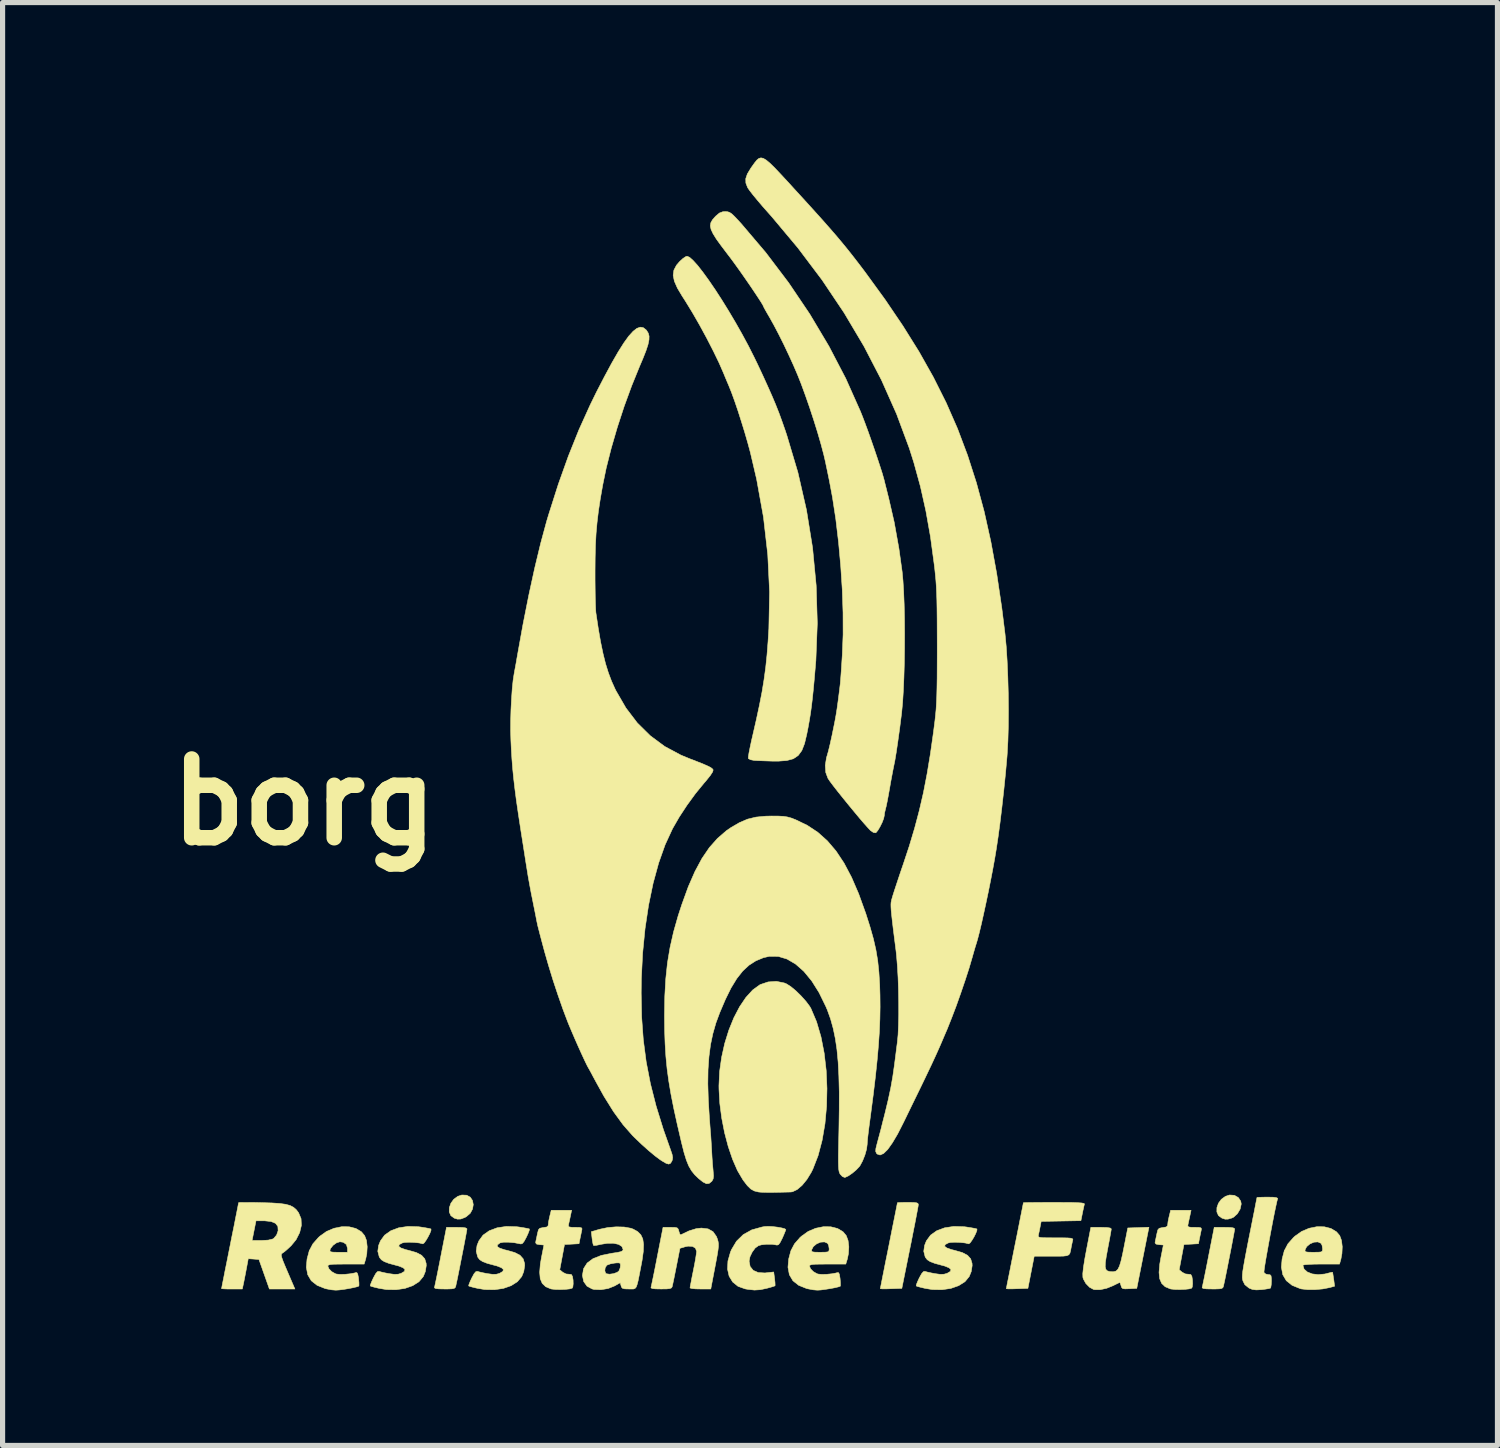
<source format=kicad_pcb>
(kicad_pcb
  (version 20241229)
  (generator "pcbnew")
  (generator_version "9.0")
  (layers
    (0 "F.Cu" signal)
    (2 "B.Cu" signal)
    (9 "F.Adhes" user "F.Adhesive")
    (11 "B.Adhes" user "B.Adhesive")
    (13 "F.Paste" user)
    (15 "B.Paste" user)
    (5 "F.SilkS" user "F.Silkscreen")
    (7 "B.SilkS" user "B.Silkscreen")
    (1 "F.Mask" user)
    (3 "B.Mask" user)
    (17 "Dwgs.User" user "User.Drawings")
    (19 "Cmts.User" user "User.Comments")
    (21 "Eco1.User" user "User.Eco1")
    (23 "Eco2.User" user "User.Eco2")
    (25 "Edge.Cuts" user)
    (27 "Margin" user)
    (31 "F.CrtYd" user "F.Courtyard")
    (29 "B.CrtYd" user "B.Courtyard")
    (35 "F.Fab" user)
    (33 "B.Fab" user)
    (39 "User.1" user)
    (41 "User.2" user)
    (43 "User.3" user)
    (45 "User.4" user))
  (footprint "borg"
    (layer "F.Cu")
    (at 11.728 12.475)
    (property "Reference" "borg" (at -8.89 0 0) (layer "F.SilkS") (effects (font (size 1.524 1.524) (thickness 0.3))))
    (attr through_hole)
    (fp_poly (pts (xy -5.745 7.608) (xy -5.676 7.646) (xy -5.633 7.71) (xy -5.618 7.79) (xy -5.632 7.875) (xy -5.675 7.956) (xy -5.751 8.022) (xy -5.781 8.039) (xy -5.86 8.069) (xy -5.923 8.071) (xy -5.986 8.052) (xy -6.052 8.003) (xy -6.083 7.932) (xy -6.081 7.848) (xy -6.051 7.763) (xy -5.996 7.687) (xy -5.918 7.63) (xy -5.839 7.604) (xy -5.745 7.608)) (stroke (width 0.01) (type solid)) (fill yes) (layer "F.SilkS"))
    (fp_poly (pts (xy 9.113 7.61) (xy 9.189 7.653) (xy 9.236 7.723) (xy 9.246 7.778) (xy 9.225 7.876) (xy 9.171 7.967) (xy 9.097 8.034) (xy 9.063 8.05) (xy 8.99 8.071) (xy 8.935 8.072) (xy 8.873 8.052) (xy 8.805 8.002) (xy 8.774 7.931) (xy 8.775 7.848) (xy 8.805 7.763) (xy 8.861 7.687) (xy 8.94 7.63) (xy 9.019 7.604) (xy 9.113 7.61)) (stroke (width 0.01) (type solid)) (fill yes) (layer "F.SilkS"))
    (fp_poly (pts (xy -5.832 8.232) (xy -5.769 8.24) (xy -5.742 8.255) (xy -5.74 8.263) (xy -5.745 8.295) (xy -5.758 8.368) (xy -5.778 8.473) (xy -5.802 8.6) (xy -5.83 8.742) (xy -5.859 8.889) (xy -5.887 9.031) (xy -5.913 9.161) (xy -5.935 9.268) (xy -5.952 9.345) (xy -5.956 9.366) (xy -5.967 9.395) (xy -5.989 9.412) (xy -6.033 9.42) (xy -6.11 9.423) (xy -6.175 9.423) (xy -6.282 9.421) (xy -6.345 9.414) (xy -6.369 9.401) (xy -6.369 9.392) (xy -6.361 9.358) (xy -6.345 9.283) (xy -6.322 9.173) (xy -6.294 9.035) (xy -6.263 8.878) (xy -6.247 8.795) (xy -6.136 8.23) (xy -5.938 8.23) (xy -5.832 8.232)) (stroke (width 0.01) (type solid)) (fill yes) (layer "F.SilkS"))
    (fp_poly (pts (xy 9.027 8.232) (xy 9.09 8.24) (xy 9.117 8.255) (xy 9.119 8.263) (xy 9.114 8.295) (xy 9.101 8.368) (xy 9.081 8.473) (xy 9.057 8.6) (xy 9.029 8.742) (xy 9 8.889) (xy 8.972 9.031) (xy 8.946 9.161) (xy 8.924 9.268) (xy 8.907 9.345) (xy 8.903 9.366) (xy 8.892 9.395) (xy 8.87 9.412) (xy 8.826 9.42) (xy 8.749 9.423) (xy 8.684 9.423) (xy 8.577 9.421) (xy 8.514 9.414) (xy 8.49 9.401) (xy 8.49 9.392) (xy 8.498 9.358) (xy 8.514 9.283) (xy 8.537 9.173) (xy 8.565 9.035) (xy 8.596 8.878) (xy 8.612 8.795) (xy 8.723 8.23) (xy 8.921 8.23) (xy 9.027 8.232)) (stroke (width 0.01) (type solid)) (fill yes) (layer "F.SilkS"))
    (fp_poly (pts (xy 2.896 7.748) (xy 2.957 7.754) (xy 2.987 7.765) (xy 2.996 7.786) (xy 2.996 7.791) (xy 2.991 7.827) (xy 2.977 7.905) (xy 2.955 8.021) (xy 2.927 8.167) (xy 2.893 8.337) (xy 2.856 8.526) (xy 2.836 8.623) (xy 2.677 9.411) (xy 2.469 9.418) (xy 2.373 9.421) (xy 2.301 9.421) (xy 2.263 9.418) (xy 2.261 9.417) (xy 2.265 9.391) (xy 2.279 9.321) (xy 2.3 9.213) (xy 2.328 9.073) (xy 2.361 8.906) (xy 2.399 8.72) (xy 2.426 8.585) (xy 2.465 8.388) (xy 2.501 8.207) (xy 2.533 8.049) (xy 2.559 7.919) (xy 2.578 7.823) (xy 2.589 7.767) (xy 2.591 7.754) (xy 2.614 7.751) (xy 2.676 7.748) (xy 2.765 7.747) (xy 2.794 7.747) (xy 2.896 7.748)) (stroke (width 0.01) (type solid)) (fill yes) (layer "F.SilkS"))
    (fp_poly (pts (xy 0.183 8.216) (xy 0.274 8.227) (xy 0.355 8.242) (xy 0.412 8.258) (xy 0.432 8.273) (xy 0.422 8.301) (xy 0.397 8.363) (xy 0.365 8.437) (xy 0.323 8.52) (xy 0.292 8.563) (xy 0.262 8.574) (xy 0.253 8.572) (xy 0.169 8.558) (xy 0.062 8.557) (xy -0.04 8.568) (xy -0.1 8.585) (xy -0.162 8.631) (xy -0.22 8.71) (xy -0.263 8.8) (xy -0.279 8.884) (xy -0.259 8.989) (xy -0.199 9.063) (xy -0.103 9.105) (xy 0.027 9.113) (xy 0.061 9.109) (xy 0.197 9.094) (xy 0.214 9.223) (xy 0.222 9.298) (xy 0.224 9.349) (xy 0.222 9.362) (xy 0.195 9.372) (xy 0.133 9.391) (xy 0.063 9.41) (xy -0.064 9.437) (xy -0.176 9.444) (xy -0.297 9.431) (xy -0.356 9.421) (xy -0.493 9.372) (xy -0.597 9.288) (xy -0.666 9.175) (xy -0.697 9.038) (xy -0.689 8.881) (xy -0.64 8.709) (xy -0.621 8.663) (xy -0.523 8.498) (xy -0.392 8.37) (xy -0.228 8.279) (xy -0.027 8.223) (xy 0.027 8.214) (xy 0.096 8.211) (xy 0.183 8.216)) (stroke (width 0.01) (type solid)) (fill yes) (layer "F.SilkS"))
    (fp_poly (pts (xy 7.342 8.819) (xy 7.224 9.411) (xy 7.08 9.418) (xy 6.998 9.421) (xy 6.953 9.415) (xy 6.931 9.394) (xy 6.92 9.361) (xy 6.905 9.313) (xy 6.896 9.296) (xy 6.871 9.307) (xy 6.815 9.334) (xy 6.765 9.359) (xy 6.642 9.409) (xy 6.518 9.436) (xy 6.411 9.436) (xy 6.388 9.432) (xy 6.31 9.39) (xy 6.238 9.316) (xy 6.19 9.229) (xy 6.181 9.197) (xy 6.179 9.125) (xy 6.192 9.004) (xy 6.219 8.834) (xy 6.25 8.668) (xy 6.335 8.23) (xy 6.533 8.23) (xy 6.645 8.233) (xy 6.71 8.243) (xy 6.731 8.26) (xy 6.726 8.295) (xy 6.713 8.369) (xy 6.694 8.474) (xy 6.67 8.599) (xy 6.662 8.642) (xy 6.633 8.799) (xy 6.616 8.913) (xy 6.613 8.992) (xy 6.625 9.042) (xy 6.652 9.071) (xy 6.696 9.085) (xy 6.721 9.088) (xy 6.777 9.089) (xy 6.822 9.076) (xy 6.858 9.042) (xy 6.889 8.98) (xy 6.918 8.885) (xy 6.949 8.751) (xy 6.973 8.632) (xy 7.05 8.242) (xy 7.255 8.235) (xy 7.46 8.228) (xy 7.342 8.819)) (stroke (width 0.01) (type solid)) (fill yes) (layer "F.SilkS"))
    (fp_poly (pts (xy 0.402 3.5) (xy 0.445 3.518) (xy 0.527 3.57) (xy 0.626 3.652) (xy 0.728 3.752) (xy 0.821 3.856) (xy 0.893 3.952) (xy 0.917 3.993) (xy 1.026 4.25) (xy 1.112 4.542) (xy 1.174 4.86) (xy 1.213 5.196) (xy 1.228 5.542) (xy 1.22 5.888) (xy 1.189 6.225) (xy 1.134 6.546) (xy 1.056 6.842) (xy 0.954 7.104) (xy 0.922 7.168) (xy 0.838 7.305) (xy 0.745 7.418) (xy 0.65 7.499) (xy 0.561 7.541) (xy 0.528 7.546) (xy 0.319 7.551) (xy 0.157 7.554) (xy 0.035 7.553) (xy -0.052 7.55) (xy -0.102 7.545) (xy -0.18 7.525) (xy -0.246 7.488) (xy -0.313 7.423) (xy -0.389 7.324) (xy -0.402 7.305) (xy -0.505 7.13) (xy -0.599 6.914) (xy -0.683 6.667) (xy -0.754 6.398) (xy -0.809 6.117) (xy -0.846 5.834) (xy -0.862 5.558) (xy -0.863 5.488) (xy -0.85 5.213) (xy -0.811 4.938) (xy -0.751 4.669) (xy -0.671 4.412) (xy -0.575 4.175) (xy -0.464 3.962) (xy -0.341 3.78) (xy -0.21 3.636) (xy -0.072 3.536) (xy -0.06 3.53) (xy 0.089 3.48) (xy 0.249 3.469) (xy 0.402 3.5)) (stroke (width 0.01) (type solid)) (fill yes) (layer "F.SilkS"))
    (fp_poly (pts (xy 9.863 7.647) (xy 9.925 7.655) (xy 9.95 7.667) (xy 9.95 7.677) (xy 9.937 7.724) (xy 9.918 7.811) (xy 9.893 7.928) (xy 9.865 8.069) (xy 9.835 8.226) (xy 9.804 8.39) (xy 9.774 8.555) (xy 9.746 8.711) (xy 9.721 8.852) (xy 9.702 8.968) (xy 9.69 9.053) (xy 9.685 9.099) (xy 9.686 9.104) (xy 9.72 9.134) (xy 9.766 9.144) (xy 9.804 9.148) (xy 9.823 9.169) (xy 9.829 9.22) (xy 9.83 9.27) (xy 9.826 9.344) (xy 9.817 9.396) (xy 9.81 9.407) (xy 9.776 9.416) (xy 9.707 9.427) (xy 9.638 9.436) (xy 9.535 9.441) (xy 9.459 9.431) (xy 9.398 9.406) (xy 9.317 9.342) (xy 9.279 9.267) (xy 9.271 9.236) (xy 9.267 9.198) (xy 9.269 9.147) (xy 9.276 9.078) (xy 9.291 8.985) (xy 9.313 8.861) (xy 9.343 8.702) (xy 9.382 8.501) (xy 9.399 8.416) (xy 9.437 8.227) (xy 9.471 8.055) (xy 9.501 7.906) (xy 9.524 7.785) (xy 9.541 7.7) (xy 9.55 7.656) (xy 9.55 7.652) (xy 9.574 7.649) (xy 9.636 7.647) (xy 9.725 7.645) (xy 9.756 7.645) (xy 9.863 7.647)) (stroke (width 0.01) (type solid)) (fill yes) (layer "F.SilkS"))
    (fp_poly (pts (xy -3.737 8.007) (xy -3.754 8.089) (xy -3.77 8.159) (xy -3.773 8.172) (xy -3.776 8.205) (xy -3.761 8.222) (xy -3.716 8.229) (xy -3.645 8.23) (xy -3.565 8.231) (xy -3.525 8.239) (xy -3.513 8.258) (xy -3.518 8.287) (xy -3.531 8.349) (xy -3.548 8.43) (xy -3.551 8.445) (xy -3.571 8.547) (xy -3.711 8.555) (xy -3.852 8.562) (xy -3.944 9.051) (xy -3.885 9.1) (xy -3.822 9.132) (xy -3.769 9.137) (xy -3.719 9.143) (xy -3.698 9.18) (xy -3.686 9.25) (xy -3.684 9.324) (xy -3.691 9.384) (xy -3.703 9.407) (xy -3.751 9.421) (xy -3.832 9.43) (xy -3.929 9.434) (xy -4.025 9.432) (xy -4.101 9.424) (xy -4.119 9.42) (xy -4.216 9.379) (xy -4.283 9.315) (xy -4.322 9.224) (xy -4.333 9.101) (xy -4.32 8.94) (xy -4.298 8.814) (xy -4.25 8.572) (xy -4.335 8.565) (xy -4.392 8.554) (xy -4.41 8.531) (xy -4.407 8.501) (xy -4.394 8.44) (xy -4.377 8.359) (xy -4.374 8.344) (xy -4.357 8.278) (xy -4.33 8.248) (xy -4.277 8.236) (xy -4.26 8.234) (xy -4.195 8.223) (xy -4.169 8.198) (xy -4.166 8.176) (xy -4.16 8.12) (xy -4.144 8.042) (xy -4.137 8.012) (xy -4.109 7.899) (xy -3.714 7.899) (xy -3.737 8.007)) (stroke (width 0.01) (type solid)) (fill yes) (layer "F.SilkS"))
    (fp_poly (pts (xy 8.252 8.007) (xy 8.234 8.089) (xy 8.219 8.159) (xy 8.216 8.172) (xy 8.212 8.205) (xy 8.228 8.222) (xy 8.273 8.229) (xy 8.344 8.23) (xy 8.424 8.231) (xy 8.464 8.239) (xy 8.476 8.258) (xy 8.471 8.287) (xy 8.458 8.349) (xy 8.441 8.43) (xy 8.438 8.445) (xy 8.418 8.547) (xy 8.277 8.555) (xy 8.137 8.562) (xy 8.045 9.051) (xy 8.104 9.1) (xy 8.167 9.132) (xy 8.22 9.137) (xy 8.27 9.143) (xy 8.291 9.18) (xy 8.302 9.25) (xy 8.305 9.324) (xy 8.298 9.384) (xy 8.286 9.407) (xy 8.238 9.421) (xy 8.157 9.43) (xy 8.059 9.434) (xy 7.964 9.432) (xy 7.888 9.424) (xy 7.87 9.42) (xy 7.773 9.379) (xy 7.706 9.315) (xy 7.667 9.224) (xy 7.655 9.101) (xy 7.669 8.94) (xy 7.691 8.814) (xy 7.739 8.572) (xy 7.654 8.565) (xy 7.597 8.554) (xy 7.578 8.531) (xy 7.582 8.501) (xy 7.595 8.44) (xy 7.612 8.359) (xy 7.615 8.344) (xy 7.632 8.278) (xy 7.659 8.248) (xy 7.712 8.236) (xy 7.729 8.234) (xy 7.793 8.223) (xy 7.82 8.198) (xy 7.823 8.176) (xy 7.829 8.12) (xy 7.845 8.042) (xy 7.852 8.012) (xy 7.88 7.899) (xy 8.275 7.899) (xy 8.252 8.007)) (stroke (width 0.01) (type solid)) (fill yes) (layer "F.SilkS"))
    (fp_poly (pts (xy -1.718 8.231) (xy -1.673 8.24) (xy -1.651 8.263) (xy -1.638 8.306) (xy -1.638 8.307) (xy -1.622 8.358) (xy -1.605 8.376) (xy -1.604 8.376) (xy -1.441 8.298) (xy -1.302 8.255) (xy -1.202 8.244) (xy -1.073 8.26) (xy -0.978 8.313) (xy -0.912 8.406) (xy -0.892 8.458) (xy -0.88 8.501) (xy -0.873 8.546) (xy -0.873 8.599) (xy -0.881 8.671) (xy -0.897 8.77) (xy -0.922 8.906) (xy -0.939 8.995) (xy -1.021 9.423) (xy -1.222 9.423) (xy -1.316 9.421) (xy -1.386 9.414) (xy -1.421 9.404) (xy -1.422 9.401) (xy -1.418 9.369) (xy -1.404 9.298) (xy -1.385 9.197) (xy -1.361 9.078) (xy -1.359 9.068) (xy -1.334 8.943) (xy -1.314 8.831) (xy -1.301 8.745) (xy -1.295 8.696) (xy -1.295 8.695) (xy -1.317 8.634) (xy -1.374 8.599) (xy -1.46 8.594) (xy -1.52 8.606) (xy -1.618 8.636) (xy -1.687 8.985) (xy -1.713 9.115) (xy -1.736 9.23) (xy -1.755 9.319) (xy -1.767 9.372) (xy -1.768 9.379) (xy -1.782 9.402) (xy -1.815 9.415) (xy -1.877 9.422) (xy -1.979 9.423) (xy -1.986 9.423) (xy -2.092 9.421) (xy -2.154 9.414) (xy -2.178 9.401) (xy -2.178 9.392) (xy -2.17 9.358) (xy -2.154 9.283) (xy -2.131 9.173) (xy -2.103 9.035) (xy -2.072 8.878) (xy -2.056 8.795) (xy -1.945 8.23) (xy -1.8 8.23) (xy -1.718 8.231)) (stroke (width 0.01) (type solid)) (fill yes) (layer "F.SilkS"))
    (fp_poly (pts (xy 10.852 8.219) (xy 10.982 8.252) (xy 11.089 8.316) (xy 11.152 8.39) (xy 11.186 8.482) (xy 11.201 8.604) (xy 11.195 8.737) (xy 11.175 8.846) (xy 11.148 8.941) (xy 10.794 8.941) (xy 10.664 8.942) (xy 10.556 8.947) (xy 10.479 8.953) (xy 10.442 8.961) (xy 10.439 8.964) (xy 10.462 9.038) (xy 10.525 9.094) (xy 10.619 9.131) (xy 10.735 9.145) (xy 10.864 9.133) (xy 10.92 9.119) (xy 10.979 9.104) (xy 11.011 9.099) (xy 11.013 9.1) (xy 11.019 9.126) (xy 11.028 9.187) (xy 11.036 9.238) (xy 11.053 9.369) (xy 10.956 9.396) (xy 10.823 9.422) (xy 10.675 9.435) (xy 10.531 9.435) (xy 10.411 9.422) (xy 10.385 9.415) (xy 10.23 9.352) (xy 10.118 9.262) (xy 10.05 9.146) (xy 10.023 9.001) (xy 10.037 8.842) (xy 10.078 8.688) (xy 10.48 8.688) (xy 10.494 8.703) (xy 10.537 8.71) (xy 10.618 8.712) (xy 10.645 8.712) (xy 10.737 8.711) (xy 10.789 8.706) (xy 10.813 8.692) (xy 10.82 8.664) (xy 10.82 8.641) (xy 10.81 8.578) (xy 10.79 8.539) (xy 10.73 8.512) (xy 10.654 8.517) (xy 10.576 8.55) (xy 10.513 8.603) (xy 10.483 8.661) (xy 10.48 8.688) (xy 10.078 8.688) (xy 10.08 8.682) (xy 10.149 8.55) (xy 10.255 8.429) (xy 10.284 8.402) (xy 10.415 8.309) (xy 10.559 8.248) (xy 10.708 8.218) (xy 10.852 8.219)) (stroke (width 0.01) (type solid)) (fill yes) (layer "F.SilkS"))
    (fp_poly (pts (xy 5.822 7.748) (xy 5.973 7.749) (xy 6.082 7.753) (xy 6.155 7.758) (xy 6.197 7.766) (xy 6.211 7.775) (xy 6.211 7.779) (xy 6.201 7.82) (xy 6.185 7.893) (xy 6.172 7.956) (xy 6.143 8.101) (xy 5.759 8.108) (xy 5.374 8.115) (xy 5.354 8.217) (xy 5.338 8.298) (xy 5.323 8.366) (xy 5.321 8.376) (xy 5.317 8.399) (xy 5.323 8.414) (xy 5.346 8.424) (xy 5.393 8.43) (xy 5.474 8.432) (xy 5.595 8.433) (xy 5.653 8.433) (xy 5.791 8.433) (xy 5.886 8.435) (xy 5.946 8.44) (xy 5.977 8.449) (xy 5.987 8.462) (xy 5.985 8.477) (xy 5.972 8.532) (xy 5.957 8.606) (xy 5.956 8.611) (xy 5.943 8.682) (xy 5.93 8.731) (xy 5.908 8.762) (xy 5.868 8.779) (xy 5.802 8.787) (xy 5.701 8.789) (xy 5.577 8.788) (xy 5.239 8.788) (xy 5.117 9.411) (xy 4.908 9.418) (xy 4.812 9.421) (xy 4.739 9.421) (xy 4.702 9.418) (xy 4.699 9.417) (xy 4.704 9.391) (xy 4.717 9.321) (xy 4.739 9.213) (xy 4.767 9.073) (xy 4.8 8.906) (xy 4.837 8.72) (xy 4.864 8.585) (xy 4.904 8.388) (xy 4.94 8.207) (xy 4.971 8.049) (xy 4.997 7.919) (xy 5.016 7.823) (xy 5.027 7.767) (xy 5.029 7.754) (xy 5.053 7.752) (xy 5.121 7.75) (xy 5.226 7.749) (xy 5.361 7.748) (xy 5.518 7.747) (xy 5.625 7.747) (xy 5.822 7.748)) (stroke (width 0.01) (type solid)) (fill yes) (layer "F.SilkS"))
    (fp_poly (pts (xy -6.685 8.218) (xy -6.642 8.223) (xy -6.548 8.238) (xy -6.476 8.251) (xy -6.438 8.261) (xy -6.436 8.262) (xy -6.437 8.292) (xy -6.459 8.349) (xy -6.494 8.417) (xy -6.533 8.483) (xy -6.569 8.532) (xy -6.594 8.549) (xy -6.595 8.549) (xy -6.665 8.532) (xy -6.76 8.522) (xy -6.861 8.518) (xy -6.947 8.522) (xy -6.991 8.532) (xy -7.051 8.564) (xy -7.06 8.597) (xy -7.019 8.629) (xy -6.927 8.661) (xy -6.865 8.676) (xy -6.719 8.718) (xy -6.618 8.771) (xy -6.557 8.839) (xy -6.53 8.927) (xy -6.528 8.971) (xy -6.546 9.086) (xy -6.585 9.182) (xy -6.669 9.282) (xy -6.79 9.359) (xy -6.941 9.412) (xy -7.114 9.437) (xy -7.298 9.434) (xy -7.439 9.411) (xy -7.524 9.391) (xy -7.586 9.374) (xy -7.612 9.364) (xy -7.607 9.337) (xy -7.584 9.279) (xy -7.552 9.21) (xy -7.507 9.127) (xy -7.472 9.087) (xy -7.443 9.082) (xy -7.398 9.095) (xy -7.322 9.112) (xy -7.249 9.126) (xy -7.146 9.14) (xy -7.072 9.137) (xy -7.013 9.12) (xy -6.951 9.083) (xy -6.939 9.047) (xy -6.977 9.012) (xy -7.065 8.977) (xy -7.123 8.962) (xy -7.252 8.927) (xy -7.339 8.894) (xy -7.396 8.858) (xy -7.432 8.813) (xy -7.439 8.797) (xy -7.466 8.693) (xy -7.45 8.58) (xy -7.414 8.491) (xy -7.334 8.381) (xy -7.214 8.296) (xy -7.062 8.239) (xy -6.883 8.212) (xy -6.685 8.218)) (stroke (width 0.01) (type solid)) (fill yes) (layer "F.SilkS"))
    (fp_poly (pts (xy -4.78 8.218) (xy -4.737 8.223) (xy -4.643 8.238) (xy -4.571 8.251) (xy -4.533 8.261) (xy -4.531 8.262) (xy -4.535 8.29) (xy -4.557 8.348) (xy -4.589 8.418) (xy -4.632 8.498) (xy -4.664 8.54) (xy -4.695 8.552) (xy -4.712 8.549) (xy -4.82 8.528) (xy -4.931 8.518) (xy -5.027 8.517) (xy -5.093 8.529) (xy -5.101 8.532) (xy -5.15 8.569) (xy -5.152 8.602) (xy -5.106 8.633) (xy -5.012 8.664) (xy -4.96 8.676) (xy -4.814 8.718) (xy -4.713 8.771) (xy -4.652 8.839) (xy -4.625 8.927) (xy -4.623 8.971) (xy -4.641 9.086) (xy -4.68 9.182) (xy -4.764 9.282) (xy -4.885 9.359) (xy -5.036 9.412) (xy -5.209 9.437) (xy -5.393 9.434) (xy -5.534 9.411) (xy -5.619 9.391) (xy -5.681 9.374) (xy -5.707 9.364) (xy -5.702 9.337) (xy -5.679 9.279) (xy -5.647 9.21) (xy -5.602 9.127) (xy -5.567 9.087) (xy -5.538 9.082) (xy -5.493 9.095) (xy -5.417 9.112) (xy -5.344 9.126) (xy -5.241 9.14) (xy -5.167 9.137) (xy -5.108 9.12) (xy -5.046 9.083) (xy -5.034 9.047) (xy -5.072 9.012) (xy -5.16 8.977) (xy -5.218 8.962) (xy -5.347 8.927) (xy -5.434 8.894) (xy -5.491 8.858) (xy -5.527 8.813) (xy -5.534 8.797) (xy -5.561 8.693) (xy -5.545 8.58) (xy -5.509 8.491) (xy -5.429 8.381) (xy -5.309 8.296) (xy -5.157 8.239) (xy -4.978 8.212) (xy -4.78 8.218)) (stroke (width 0.01) (type solid)) (fill yes) (layer "F.SilkS"))
    (fp_poly (pts (xy 3.882 8.218) (xy 3.924 8.223) (xy 4.018 8.238) (xy 4.091 8.251) (xy 4.128 8.261) (xy 4.131 8.262) (xy 4.129 8.292) (xy 4.107 8.349) (xy 4.073 8.417) (xy 4.033 8.483) (xy 3.997 8.532) (xy 3.972 8.549) (xy 3.971 8.549) (xy 3.901 8.532) (xy 3.806 8.522) (xy 3.705 8.518) (xy 3.619 8.522) (xy 3.575 8.532) (xy 3.515 8.564) (xy 3.506 8.597) (xy 3.548 8.629) (xy 3.64 8.661) (xy 3.701 8.676) (xy 3.847 8.718) (xy 3.948 8.771) (xy 4.009 8.839) (xy 4.036 8.927) (xy 4.038 8.971) (xy 4.02 9.086) (xy 3.981 9.182) (xy 3.898 9.282) (xy 3.776 9.359) (xy 3.625 9.412) (xy 3.453 9.437) (xy 3.268 9.434) (xy 3.127 9.411) (xy 3.043 9.391) (xy 2.98 9.374) (xy 2.955 9.364) (xy 2.959 9.337) (xy 2.982 9.279) (xy 3.014 9.21) (xy 3.06 9.127) (xy 3.095 9.087) (xy 3.123 9.082) (xy 3.168 9.095) (xy 3.245 9.112) (xy 3.318 9.126) (xy 3.42 9.14) (xy 3.494 9.137) (xy 3.554 9.12) (xy 3.616 9.083) (xy 3.628 9.047) (xy 3.589 9.012) (xy 3.501 8.977) (xy 3.443 8.962) (xy 3.315 8.927) (xy 3.227 8.894) (xy 3.17 8.858) (xy 3.135 8.813) (xy 3.127 8.797) (xy 3.101 8.693) (xy 3.117 8.58) (xy 3.152 8.491) (xy 3.233 8.381) (xy 3.352 8.296) (xy 3.505 8.239) (xy 3.683 8.212) (xy 3.882 8.218)) (stroke (width 0.01) (type solid)) (fill yes) (layer "F.SilkS"))
    (fp_poly (pts (xy -8.021 8.219) (xy -7.89 8.252) (xy -7.783 8.316) (xy -7.721 8.39) (xy -7.685 8.484) (xy -7.671 8.607) (xy -7.679 8.741) (xy -7.7 8.843) (xy -7.73 8.941) (xy -8.081 8.941) (xy -8.224 8.942) (xy -8.323 8.944) (xy -8.386 8.95) (xy -8.42 8.96) (xy -8.432 8.973) (xy -8.433 8.979) (xy -8.411 9.033) (xy -8.358 9.087) (xy -8.288 9.127) (xy -8.266 9.134) (xy -8.198 9.141) (xy -8.102 9.139) (xy -8.002 9.129) (xy -7.919 9.114) (xy -7.897 9.107) (xy -7.871 9.106) (xy -7.854 9.135) (xy -7.84 9.204) (xy -7.838 9.222) (xy -7.831 9.298) (xy -7.83 9.352) (xy -7.834 9.367) (xy -7.868 9.38) (xy -7.938 9.397) (xy -8.028 9.415) (xy -8.125 9.431) (xy -8.214 9.442) (xy -8.279 9.446) (xy -8.28 9.446) (xy -8.362 9.439) (xy -8.457 9.421) (xy -8.487 9.414) (xy -8.641 9.352) (xy -8.753 9.264) (xy -8.822 9.147) (xy -8.849 9.002) (xy -8.835 8.842) (xy -8.794 8.688) (xy -8.392 8.688) (xy -8.378 8.703) (xy -8.335 8.71) (xy -8.254 8.712) (xy -8.227 8.712) (xy -8.052 8.712) (xy -8.052 8.637) (xy -8.073 8.563) (xy -8.133 8.519) (xy -8.199 8.509) (xy -8.264 8.529) (xy -8.331 8.577) (xy -8.38 8.638) (xy -8.389 8.661) (xy -8.392 8.688) (xy -8.794 8.688) (xy -8.792 8.682) (xy -8.723 8.55) (xy -8.617 8.429) (xy -8.588 8.402) (xy -8.458 8.309) (xy -8.313 8.248) (xy -8.165 8.218) (xy -8.021 8.219)) (stroke (width 0.01) (type solid)) (fill yes) (layer "F.SilkS"))
    (fp_poly (pts (xy -9.968 7.748) (xy -9.84 7.749) (xy -9.709 7.752) (xy -9.515 7.758) (xy -9.364 7.768) (xy -9.249 7.784) (xy -9.162 7.808) (xy -9.097 7.842) (xy -9.044 7.888) (xy -8.999 7.948) (xy -8.951 8.062) (xy -8.945 8.193) (xy -8.978 8.331) (xy -9.047 8.468) (xy -9.141 8.583) (xy -9.21 8.648) (xy -9.27 8.7) (xy -9.305 8.725) (xy -9.322 8.736) (xy -9.332 8.752) (xy -9.333 8.778) (xy -9.322 8.821) (xy -9.298 8.888) (xy -9.258 8.985) (xy -9.201 9.118) (xy -9.16 9.214) (xy -9.07 9.423) (xy -9.564 9.423) (xy -9.766 8.852) (xy -9.87 8.844) (xy -9.973 8.837) (xy -10.005 9.009) (xy -10.026 9.12) (xy -10.048 9.232) (xy -10.062 9.303) (xy -10.088 9.423) (xy -10.289 9.423) (xy -10.383 9.423) (xy -10.453 9.42) (xy -10.488 9.417) (xy -10.49 9.416) (xy -10.485 9.39) (xy -10.472 9.32) (xy -10.45 9.213) (xy -10.423 9.073) (xy -10.389 8.906) (xy -10.352 8.72) (xy -10.325 8.585) (xy -10.305 8.484) (xy -9.899 8.484) (xy -9.717 8.484) (xy -9.587 8.477) (xy -9.501 8.456) (xy -9.482 8.446) (xy -9.425 8.38) (xy -9.395 8.295) (xy -9.4 8.212) (xy -9.401 8.21) (xy -9.446 8.152) (xy -9.532 8.117) (xy -9.661 8.103) (xy -9.688 8.103) (xy -9.823 8.103) (xy -9.899 8.484) (xy -10.305 8.484) (xy -10.286 8.388) (xy -10.249 8.207) (xy -10.218 8.048) (xy -10.192 7.918) (xy -10.173 7.821) (xy -10.162 7.765) (xy -10.16 7.752) (xy -10.136 7.749) (xy -10.069 7.748) (xy -9.968 7.748)) (stroke (width 0.01) (type solid)) (fill yes) (layer "F.SilkS"))
    (fp_poly (pts (xy 1.301 8.219) (xy 1.432 8.252) (xy 1.539 8.316) (xy 1.601 8.39) (xy 1.636 8.484) (xy 1.651 8.607) (xy 1.643 8.741) (xy 1.622 8.843) (xy 1.592 8.941) (xy 1.241 8.941) (xy 1.098 8.942) (xy 0.999 8.944) (xy 0.936 8.95) (xy 0.902 8.96) (xy 0.89 8.973) (xy 0.889 8.979) (xy 0.91 9.033) (xy 0.964 9.087) (xy 1.034 9.127) (xy 1.056 9.134) (xy 1.124 9.141) (xy 1.22 9.139) (xy 1.32 9.129) (xy 1.402 9.114) (xy 1.425 9.107) (xy 1.45 9.106) (xy 1.467 9.135) (xy 1.479 9.204) (xy 1.482 9.224) (xy 1.488 9.301) (xy 1.489 9.354) (xy 1.486 9.369) (xy 1.453 9.381) (xy 1.384 9.398) (xy 1.294 9.415) (xy 1.198 9.43) (xy 1.11 9.442) (xy 1.045 9.446) (xy 1.041 9.446) (xy 0.96 9.439) (xy 0.865 9.421) (xy 0.834 9.414) (xy 0.68 9.352) (xy 0.569 9.264) (xy 0.5 9.147) (xy 0.473 9.002) (xy 0.487 8.842) (xy 0.528 8.688) (xy 0.929 8.688) (xy 0.944 8.703) (xy 0.987 8.71) (xy 1.068 8.712) (xy 1.095 8.712) (xy 1.187 8.711) (xy 1.239 8.706) (xy 1.263 8.692) (xy 1.27 8.664) (xy 1.27 8.641) (xy 1.26 8.578) (xy 1.24 8.539) (xy 1.18 8.512) (xy 1.103 8.517) (xy 1.026 8.55) (xy 0.963 8.603) (xy 0.933 8.661) (xy 0.929 8.688) (xy 0.528 8.688) (xy 0.53 8.682) (xy 0.599 8.55) (xy 0.704 8.429) (xy 0.734 8.402) (xy 0.864 8.309) (xy 1.008 8.248) (xy 1.157 8.218) (xy 1.301 8.219)) (stroke (width 0.01) (type solid)) (fill yes) (layer "F.SilkS"))
    (fp_poly (pts (xy -2.696 8.224) (xy -2.566 8.248) (xy -2.521 8.265) (xy -2.436 8.313) (xy -2.375 8.374) (xy -2.337 8.454) (xy -2.322 8.559) (xy -2.327 8.696) (xy -2.351 8.871) (xy -2.374 8.992) (xy -2.404 9.148) (xy -2.427 9.262) (xy -2.447 9.339) (xy -2.465 9.387) (xy -2.488 9.413) (xy -2.517 9.423) (xy -2.557 9.424) (xy -2.605 9.423) (xy -2.685 9.421) (xy -2.729 9.41) (xy -2.75 9.386) (xy -2.757 9.363) (xy -2.773 9.302) (xy -2.883 9.364) (xy -3.008 9.414) (xy -3.148 9.437) (xy -3.279 9.432) (xy -3.319 9.422) (xy -3.417 9.368) (xy -3.481 9.279) (xy -3.505 9.164) (xy -3.505 9.157) (xy -3.49 9.072) (xy -3.072 9.072) (xy -3.055 9.118) (xy -3.042 9.128) (xy -2.98 9.137) (xy -2.902 9.126) (xy -2.833 9.101) (xy -2.8 9.076) (xy -2.775 9.016) (xy -2.769 8.971) (xy -2.772 8.933) (xy -2.793 8.917) (xy -2.844 8.918) (xy -2.883 8.922) (xy -2.961 8.936) (xy -3.022 8.958) (xy -3.035 8.966) (xy -3.065 9.013) (xy -3.072 9.072) (xy -3.49 9.072) (xy -3.482 9.028) (xy -3.414 8.921) (xy -3.3 8.836) (xy -3.14 8.773) (xy -2.938 8.732) (xy -2.83 8.716) (xy -2.763 8.701) (xy -2.729 8.684) (xy -2.718 8.662) (xy -2.718 8.658) (xy -2.741 8.601) (xy -2.804 8.56) (xy -2.899 8.539) (xy -3.018 8.538) (xy -3.154 8.56) (xy -3.165 8.563) (xy -3.235 8.578) (xy -3.282 8.582) (xy -3.291 8.579) (xy -3.301 8.549) (xy -3.313 8.485) (xy -3.319 8.44) (xy -3.333 8.314) (xy -3.172 8.267) (xy -3.014 8.234) (xy -2.851 8.22) (xy -2.696 8.224)) (stroke (width 0.01) (type solid)) (fill yes) (layer "F.SilkS"))
    (fp_poly (pts (xy -1.431 -10.545) (xy -1.361 -10.482) (xy -1.273 -10.384) (xy -1.171 -10.253) (xy -1.057 -10.096) (xy -0.934 -9.916) (xy -0.806 -9.718) (xy -0.675 -9.506) (xy -0.544 -9.285) (xy -0.416 -9.059) (xy -0.294 -8.833) (xy -0.182 -8.611) (xy -0.126 -8.496) (xy -0.011 -8.251) (xy 0.084 -8.042) (xy 0.165 -7.859) (xy 0.235 -7.693) (xy 0.298 -7.534) (xy 0.357 -7.372) (xy 0.418 -7.198) (xy 0.451 -7.099) (xy 0.665 -6.381) (xy 0.831 -5.655) (xy 0.949 -4.924) (xy 1.019 -4.192) (xy 1.041 -3.463) (xy 1.013 -2.74) (xy 1.003 -2.621) (xy 0.982 -2.375) (xy 0.963 -2.171) (xy 0.945 -1.999) (xy 0.927 -1.848) (xy 0.908 -1.711) (xy 0.886 -1.576) (xy 0.861 -1.436) (xy 0.837 -1.315) (xy 0.794 -1.134) (xy 0.741 -0.998) (xy 0.67 -0.902) (xy 0.576 -0.839) (xy 0.45 -0.805) (xy 0.286 -0.793) (xy 0.188 -0.793) (xy 0.063 -0.797) (xy -0.053 -0.801) (xy -0.145 -0.805) (xy -0.186 -0.808) (xy -0.251 -0.821) (xy -0.291 -0.842) (xy -0.294 -0.848) (xy -0.293 -0.882) (xy -0.281 -0.957) (xy -0.26 -1.062) (xy -0.233 -1.189) (xy -0.214 -1.271) (xy -0.14 -1.593) (xy -0.079 -1.877) (xy -0.029 -2.133) (xy 0.01 -2.373) (xy 0.042 -2.607) (xy 0.067 -2.847) (xy 0.087 -3.102) (xy 0.103 -3.356) (xy 0.117 -4.067) (xy 0.082 -4.787) (xy -0.001 -5.515) (xy -0.133 -6.247) (xy -0.255 -6.769) (xy -0.306 -6.957) (xy -0.365 -7.161) (xy -0.43 -7.371) (xy -0.495 -7.575) (xy -0.559 -7.763) (xy -0.618 -7.925) (xy -0.668 -8.05) (xy -0.674 -8.065) (xy -0.701 -8.128) (xy -0.739 -8.218) (xy -0.775 -8.306) (xy -0.862 -8.505) (xy -0.973 -8.734) (xy -1.1 -8.981) (xy -1.237 -9.233) (xy -1.378 -9.478) (xy -1.517 -9.705) (xy -1.571 -9.788) (xy -1.667 -9.949) (xy -1.726 -10.083) (xy -1.749 -10.197) (xy -1.735 -10.297) (xy -1.685 -10.392) (xy -1.625 -10.462) (xy -1.562 -10.52) (xy -1.507 -10.557) (xy -1.481 -10.566) (xy -1.431 -10.545)) (stroke (width 0.01) (type solid)) (fill yes) (layer "F.SilkS"))
    (fp_poly (pts (xy 0.286 0.27) (xy 0.383 0.275) (xy 0.461 0.287) (xy 0.534 0.307) (xy 0.617 0.339) (xy 0.622 0.341) (xy 0.846 0.449) (xy 1.049 0.583) (xy 1.234 0.748) (xy 1.403 0.946) (xy 1.559 1.181) (xy 1.704 1.456) (xy 1.842 1.776) (xy 1.974 2.142) (xy 1.976 2.146) (xy 2.06 2.411) (xy 2.126 2.644) (xy 2.175 2.859) (xy 2.21 3.07) (xy 2.233 3.292) (xy 2.248 3.538) (xy 2.254 3.734) (xy 2.256 3.963) (xy 2.252 4.198) (xy 2.242 4.444) (xy 2.224 4.707) (xy 2.199 4.993) (xy 2.166 5.309) (xy 2.124 5.66) (xy 2.073 6.051) (xy 2.043 6.274) (xy 2.028 6.394) (xy 2.015 6.504) (xy 2.008 6.589) (xy 2.006 6.624) (xy 1.994 6.717) (xy 1.962 6.831) (xy 1.917 6.944) (xy 1.868 7.035) (xy 1.856 7.052) (xy 1.795 7.117) (xy 1.719 7.181) (xy 1.644 7.233) (xy 1.584 7.261) (xy 1.569 7.264) (xy 1.525 7.245) (xy 1.483 7.2) (xy 1.471 7.177) (xy 1.462 7.148) (xy 1.455 7.104) (xy 1.451 7.042) (xy 1.449 6.955) (xy 1.449 6.838) (xy 1.452 6.685) (xy 1.456 6.49) (xy 1.459 6.354) (xy 1.465 5.96) (xy 1.466 5.612) (xy 1.458 5.304) (xy 1.444 5.032) (xy 1.421 4.79) (xy 1.389 4.574) (xy 1.348 4.378) (xy 1.298 4.198) (xy 1.237 4.028) (xy 1.206 3.955) (xy 1.075 3.687) (xy 0.933 3.461) (xy 0.78 3.275) (xy 0.62 3.134) (xy 0.454 3.037) (xy 0.285 2.986) (xy 0.114 2.984) (xy -0.003 3.011) (xy -0.15 3.072) (xy -0.282 3.157) (xy -0.403 3.269) (xy -0.517 3.414) (xy -0.628 3.595) (xy -0.738 3.818) (xy -0.847 4.073) (xy -0.922 4.275) (xy -0.981 4.481) (xy -1.026 4.695) (xy -1.056 4.924) (xy -1.074 5.174) (xy -1.078 5.451) (xy -1.069 5.761) (xy -1.048 6.111) (xy -1.029 6.363) (xy -1.021 6.46) (xy -1.013 6.586) (xy -1.005 6.717) (xy -1.003 6.756) (xy -0.996 6.884) (xy -0.987 7.011) (xy -0.977 7.118) (xy -0.975 7.144) (xy -0.968 7.235) (xy -0.975 7.292) (xy -0.997 7.333) (xy -1.004 7.341) (xy -1.053 7.38) (xy -1.106 7.385) (xy -1.171 7.353) (xy -1.254 7.287) (xy -1.332 7.212) (xy -1.395 7.133) (xy -1.448 7.041) (xy -1.494 6.927) (xy -1.539 6.781) (xy -1.586 6.595) (xy -1.587 6.591) (xy -1.668 6.243) (xy -1.736 5.934) (xy -1.791 5.656) (xy -1.834 5.4) (xy -1.867 5.158) (xy -1.89 4.921) (xy -1.905 4.679) (xy -1.914 4.425) (xy -1.917 4.149) (xy -1.917 4.128) (xy -1.911 3.755) (xy -1.892 3.42) (xy -1.859 3.109) (xy -1.809 2.811) (xy -1.741 2.511) (xy -1.652 2.198) (xy -1.581 1.981) (xy -1.457 1.639) (xy -1.328 1.344) (xy -1.193 1.092) (xy -1.048 0.879) (xy -0.89 0.701) (xy -0.719 0.553) (xy -0.635 0.495) (xy -0.467 0.397) (xy -0.311 0.33) (xy -0.148 0.29) (xy 0.038 0.272) (xy 0.152 0.269) (xy 0.286 0.27)) (stroke (width 0.01) (type solid)) (fill yes) (layer "F.SilkS"))
    (fp_poly (pts (xy -0.697 -11.427) (xy -0.659 -11.415) (xy -0.617 -11.388) (xy -0.564 -11.338) (xy -0.491 -11.261) (xy -0.429 -11.193) (xy 0.044 -10.636) (xy 0.487 -10.051) (xy 0.895 -9.446) (xy 1.265 -8.825) (xy 1.593 -8.196) (xy 1.875 -7.564) (xy 1.917 -7.459) (xy 1.966 -7.33) (xy 2.023 -7.176) (xy 2.083 -7.006) (xy 2.144 -6.83) (xy 2.202 -6.658) (xy 2.254 -6.5) (xy 2.297 -6.366) (xy 2.326 -6.265) (xy 2.334 -6.236) (xy 2.351 -6.166) (xy 2.377 -6.064) (xy 2.406 -5.947) (xy 2.42 -5.893) (xy 2.529 -5.418) (xy 2.62 -4.911) (xy 2.683 -4.458) (xy 2.699 -4.286) (xy 2.712 -4.073) (xy 2.722 -3.826) (xy 2.728 -3.556) (xy 2.73 -3.271) (xy 2.729 -2.979) (xy 2.725 -2.691) (xy 2.717 -2.413) (xy 2.706 -2.157) (xy 2.692 -1.93) (xy 2.674 -1.741) (xy 2.671 -1.714) (xy 2.635 -1.427) (xy 2.6 -1.176) (xy 2.569 -0.965) (xy 2.541 -0.798) (xy 2.518 -0.686) (xy 2.504 -0.616) (xy 2.484 -0.51) (xy 2.46 -0.383) (xy 2.438 -0.254) (xy 2.415 -0.126) (xy 2.393 -0.01) (xy 2.374 0.082) (xy 2.36 0.136) (xy 2.36 0.137) (xy 2.343 0.208) (xy 2.337 0.262) (xy 2.325 0.317) (xy 2.296 0.393) (xy 2.256 0.474) (xy 2.215 0.544) (xy 2.179 0.588) (xy 2.17 0.594) (xy 2.128 0.588) (xy 2.076 0.554) (xy 2.073 0.552) (xy 2.025 0.501) (xy 1.951 0.418) (xy 1.859 0.311) (xy 1.756 0.187) (xy 1.647 0.055) (xy 1.539 -0.078) (xy 1.438 -0.204) (xy 1.352 -0.314) (xy 1.286 -0.402) (xy 1.248 -0.458) (xy 1.205 -0.572) (xy 1.195 -0.712) (xy 1.219 -0.862) (xy 1.229 -0.894) (xy 1.256 -0.989) (xy 1.288 -1.121) (xy 1.326 -1.294) (xy 1.371 -1.513) (xy 1.383 -1.575) (xy 1.403 -1.685) (xy 1.423 -1.811) (xy 1.444 -1.963) (xy 1.468 -2.15) (xy 1.486 -2.299) (xy 1.49 -2.348) (xy 1.497 -2.438) (xy 1.506 -2.56) (xy 1.515 -2.704) (xy 1.525 -2.857) (xy 1.54 -3.243) (xy 1.539 -3.665) (xy 1.524 -4.111) (xy 1.494 -4.569) (xy 1.452 -5.029) (xy 1.399 -5.477) (xy 1.334 -5.901) (xy 1.271 -6.236) (xy 1.247 -6.352) (xy 1.225 -6.458) (xy 1.208 -6.537) (xy 1.203 -6.566) (xy 1.165 -6.729) (xy 1.112 -6.929) (xy 1.047 -7.154) (xy 0.972 -7.394) (xy 0.892 -7.638) (xy 0.809 -7.876) (xy 0.728 -8.097) (xy 0.66 -8.268) (xy 0.581 -8.452) (xy 0.489 -8.654) (xy 0.391 -8.861) (xy 0.292 -9.059) (xy 0.199 -9.236) (xy 0.119 -9.379) (xy 0.118 -9.381) (xy 0.066 -9.47) (xy 0.026 -9.541) (xy 0.003 -9.584) (xy 0 -9.592) (xy -0.014 -9.622) (xy -0.053 -9.686) (xy -0.113 -9.778) (xy -0.188 -9.891) (xy -0.274 -10.018) (xy -0.366 -10.151) (xy -0.46 -10.285) (xy -0.551 -10.412) (xy -0.634 -10.525) (xy -0.692 -10.601) (xy -0.817 -10.766) (xy -0.912 -10.897) (xy -0.977 -11.002) (xy -1.016 -11.086) (xy -1.03 -11.154) (xy -1.02 -11.214) (xy -0.989 -11.27) (xy -0.938 -11.328) (xy -0.923 -11.344) (xy -0.854 -11.402) (xy -0.788 -11.427) (xy -0.74 -11.43) (xy -0.697 -11.427)) (stroke (width 0.01) (type solid)) (fill yes) (layer "F.SilkS"))
    (fp_poly (pts (xy -2.327 -9.183) (xy -2.274 -9.142) (xy -2.262 -9.128) (xy -2.231 -9.077) (xy -2.215 -9.019) (xy -2.217 -8.948) (xy -2.236 -8.856) (xy -2.275 -8.737) (xy -2.335 -8.585) (xy -2.398 -8.437) (xy -2.552 -8.058) (xy -2.698 -7.659) (xy -2.831 -7.252) (xy -2.948 -6.85) (xy -3.045 -6.466) (xy -3.113 -6.136) (xy -3.16 -5.866) (xy -3.196 -5.63) (xy -3.222 -5.412) (xy -3.241 -5.199) (xy -3.253 -4.976) (xy -3.259 -4.729) (xy -3.261 -4.483) (xy -3.261 -4.294) (xy -3.259 -4.115) (xy -3.257 -3.955) (xy -3.253 -3.821) (xy -3.249 -3.723) (xy -3.245 -3.67) (xy -3.199 -3.365) (xy -3.154 -3.103) (xy -3.107 -2.877) (xy -3.058 -2.68) (xy -3.003 -2.504) (xy -2.942 -2.342) (xy -2.872 -2.187) (xy -2.854 -2.152) (xy -2.663 -1.822) (xy -2.443 -1.533) (xy -2.193 -1.286) (xy -1.913 -1.078) (xy -1.601 -0.911) (xy -1.45 -0.848) (xy -1.287 -0.785) (xy -1.166 -0.737) (xy -1.08 -0.699) (xy -1.024 -0.671) (xy -0.992 -0.647) (xy -0.976 -0.626) (xy -0.975 -0.624) (xy -0.985 -0.586) (xy -1.031 -0.515) (xy -1.111 -0.415) (xy -1.156 -0.363) (xy -1.318 -0.165) (xy -1.481 0.059) (xy -1.632 0.289) (xy -1.757 0.506) (xy -1.762 0.515) (xy -1.905 0.825) (xy -2.03 1.178) (xy -2.137 1.569) (xy -2.225 1.994) (xy -2.293 2.447) (xy -2.34 2.923) (xy -2.365 3.417) (xy -2.368 3.696) (xy -2.359 4.16) (xy -2.327 4.6) (xy -2.271 5.027) (xy -2.189 5.451) (xy -2.079 5.883) (xy -1.939 6.335) (xy -1.802 6.723) (xy -1.77 6.816) (xy -1.759 6.878) (xy -1.765 6.924) (xy -1.773 6.946) (xy -1.8 6.99) (xy -1.834 7.006) (xy -1.884 6.992) (xy -1.961 6.947) (xy -1.998 6.923) (xy -2.1 6.847) (xy -2.224 6.744) (xy -2.359 6.623) (xy -2.492 6.496) (xy -2.535 6.453) (xy -2.717 6.246) (xy -2.903 5.991) (xy -3.091 5.689) (xy -3.243 5.414) (xy -3.297 5.314) (xy -3.344 5.225) (xy -3.379 5.162) (xy -3.39 5.144) (xy -3.42 5.087) (xy -3.465 4.994) (xy -3.521 4.873) (xy -3.583 4.736) (xy -3.647 4.591) (xy -3.708 4.449) (xy -3.763 4.319) (xy -3.789 4.255) (xy -3.88 4.015) (xy -3.976 3.741) (xy -4.072 3.452) (xy -4.161 3.162) (xy -4.239 2.89) (xy -4.275 2.756) (xy -4.303 2.65) (xy -4.331 2.544) (xy -4.345 2.489) (xy -4.37 2.392) (xy -4.391 2.294) (xy -4.395 2.273) (xy -4.407 2.209) (xy -4.427 2.108) (xy -4.452 1.985) (xy -4.478 1.854) (xy -4.496 1.766) (xy -4.511 1.685) (xy -4.526 1.606) (xy -4.541 1.522) (xy -4.558 1.427) (xy -4.576 1.314) (xy -4.598 1.178) (xy -4.624 1.011) (xy -4.656 0.807) (xy -4.695 0.56) (xy -4.701 0.521) (xy -4.746 0.226) (xy -4.783 -0.028) (xy -4.812 -0.252) (xy -4.836 -0.455) (xy -4.855 -0.646) (xy -4.87 -0.835) (xy -4.882 -1.033) (xy -4.89 -1.206) (xy -4.895 -1.384) (xy -4.894 -1.583) (xy -4.888 -1.793) (xy -4.877 -2) (xy -4.864 -2.192) (xy -4.847 -2.357) (xy -4.828 -2.48) (xy -4.813 -2.563) (xy -4.792 -2.676) (xy -4.771 -2.798) (xy -4.765 -2.832) (xy -4.655 -3.443) (xy -4.542 -4.011) (xy -4.428 -4.534) (xy -4.313 -5.011) (xy -4.197 -5.439) (xy -4.156 -5.575) (xy -3.97 -6.158) (xy -3.777 -6.698) (xy -3.574 -7.204) (xy -3.357 -7.684) (xy -3.233 -7.938) (xy -3.076 -8.241) (xy -2.937 -8.499) (xy -2.814 -8.713) (xy -2.705 -8.886) (xy -2.61 -9.018) (xy -2.525 -9.112) (xy -2.451 -9.17) (xy -2.385 -9.193) (xy -2.327 -9.183)) (stroke (width 0.01) (type solid)) (fill yes) (layer "F.SilkS"))
    (fp_poly (pts (xy -0.004 -12.46) (xy 0.053 -12.426) (xy 0.125 -12.366) (xy 0.216 -12.277) (xy 0.33 -12.156) (xy 0.472 -12.003) (xy 0.583 -11.881) (xy 0.8 -11.644) (xy 0.986 -11.439) (xy 1.147 -11.26) (xy 1.287 -11.101) (xy 1.412 -10.957) (xy 1.525 -10.822) (xy 1.632 -10.691) (xy 1.737 -10.558) (xy 1.846 -10.417) (xy 1.962 -10.264) (xy 1.973 -10.249) (xy 2.354 -9.725) (xy 2.698 -9.217) (xy 3.009 -8.719) (xy 3.287 -8.225) (xy 3.535 -7.73) (xy 3.755 -7.228) (xy 3.949 -6.713) (xy 4.12 -6.181) (xy 4.27 -5.626) (xy 4.4 -5.041) (xy 4.513 -4.422) (xy 4.611 -3.763) (xy 4.674 -3.255) (xy 4.697 -3.012) (xy 4.715 -2.731) (xy 4.728 -2.424) (xy 4.737 -2.104) (xy 4.74 -1.782) (xy 4.738 -1.472) (xy 4.73 -1.184) (xy 4.716 -0.932) (xy 4.712 -0.876) (xy 4.684 -0.562) (xy 4.651 -0.237) (xy 4.615 0.085) (xy 4.578 0.393) (xy 4.54 0.675) (xy 4.506 0.902) (xy 4.476 1.083) (xy 4.439 1.288) (xy 4.397 1.506) (xy 4.352 1.731) (xy 4.305 1.954) (xy 4.259 2.166) (xy 4.216 2.359) (xy 4.176 2.526) (xy 4.142 2.657) (xy 4.12 2.731) (xy 4.101 2.791) (xy 4.074 2.883) (xy 4.044 2.988) (xy 4.038 3.01) (xy 3.979 3.211) (xy 3.904 3.443) (xy 3.819 3.692) (xy 3.73 3.943) (xy 3.64 4.179) (xy 3.557 4.388) (xy 3.538 4.432) (xy 3.489 4.546) (xy 3.447 4.645) (xy 3.409 4.733) (xy 3.372 4.816) (xy 3.335 4.898) (xy 3.295 4.985) (xy 3.25 5.082) (xy 3.197 5.193) (xy 3.134 5.325) (xy 3.059 5.481) (xy 2.969 5.666) (xy 2.861 5.887) (xy 2.735 6.147) (xy 2.71 6.198) (xy 2.596 6.422) (xy 2.493 6.596) (xy 2.403 6.723) (xy 2.324 6.8) (xy 2.256 6.83) (xy 2.2 6.811) (xy 2.186 6.796) (xy 2.171 6.761) (xy 2.174 6.707) (xy 2.194 6.625) (xy 2.221 6.523) (xy 2.253 6.404) (xy 2.274 6.325) (xy 2.302 6.211) (xy 2.333 6.091) (xy 2.351 6.02) (xy 2.413 5.763) (xy 2.462 5.534) (xy 2.501 5.314) (xy 2.534 5.083) (xy 2.541 5.029) (xy 2.558 4.898) (xy 2.576 4.753) (xy 2.59 4.648) (xy 2.604 4.503) (xy 2.612 4.317) (xy 2.617 4.103) (xy 2.616 3.871) (xy 2.612 3.632) (xy 2.604 3.396) (xy 2.591 3.174) (xy 2.575 2.978) (xy 2.565 2.883) (xy 2.535 2.648) (xy 2.511 2.457) (xy 2.493 2.306) (xy 2.48 2.188) (xy 2.471 2.099) (xy 2.467 2.032) (xy 2.466 1.983) (xy 2.468 1.945) (xy 2.474 1.913) (xy 2.481 1.882) (xy 2.483 1.876) (xy 2.499 1.82) (xy 2.529 1.725) (xy 2.571 1.598) (xy 2.62 1.45) (xy 2.675 1.287) (xy 2.703 1.206) (xy 2.822 0.847) (xy 2.925 0.502) (xy 3.015 0.162) (xy 3.095 -0.184) (xy 3.165 -0.545) (xy 3.229 -0.931) (xy 3.289 -1.353) (xy 3.319 -1.587) (xy 3.33 -1.69) (xy 3.34 -1.797) (xy 3.347 -1.916) (xy 3.353 -2.051) (xy 3.357 -2.21) (xy 3.36 -2.399) (xy 3.361 -2.623) (xy 3.362 -2.889) (xy 3.362 -3.035) (xy 3.361 -3.313) (xy 3.36 -3.546) (xy 3.358 -3.742) (xy 3.355 -3.908) (xy 3.35 -4.051) (xy 3.344 -4.177) (xy 3.336 -4.293) (xy 3.325 -4.407) (xy 3.313 -4.525) (xy 3.304 -4.597) (xy 3.231 -5.137) (xy 3.142 -5.638) (xy 3.036 -6.112) (xy 2.91 -6.57) (xy 2.821 -6.851) (xy 2.576 -7.51) (xy 2.283 -8.169) (xy 1.944 -8.823) (xy 1.56 -9.47) (xy 1.134 -10.105) (xy 0.667 -10.725) (xy 0.163 -11.327) (xy 0.094 -11.405) (xy -0.016 -11.529) (xy -0.117 -11.648) (xy -0.203 -11.752) (xy -0.268 -11.836) (xy -0.306 -11.891) (xy -0.309 -11.897) (xy -0.342 -11.983) (xy -0.344 -12.067) (xy -0.313 -12.159) (xy -0.246 -12.27) (xy -0.215 -12.314) (xy -0.169 -12.378) (xy -0.129 -12.427) (xy -0.091 -12.458) (xy -0.05 -12.47) (xy -0.004 -12.46)) (stroke (width 0.01) (type solid)) (fill yes) (layer "F.SilkS")))
  (gr_rect
    (start -3 -3)
    (end 25.933 24.926)
    (stroke (width 0.1) (type default))
    (fill no)
    (layer "Edge.Cuts")))
</source>
